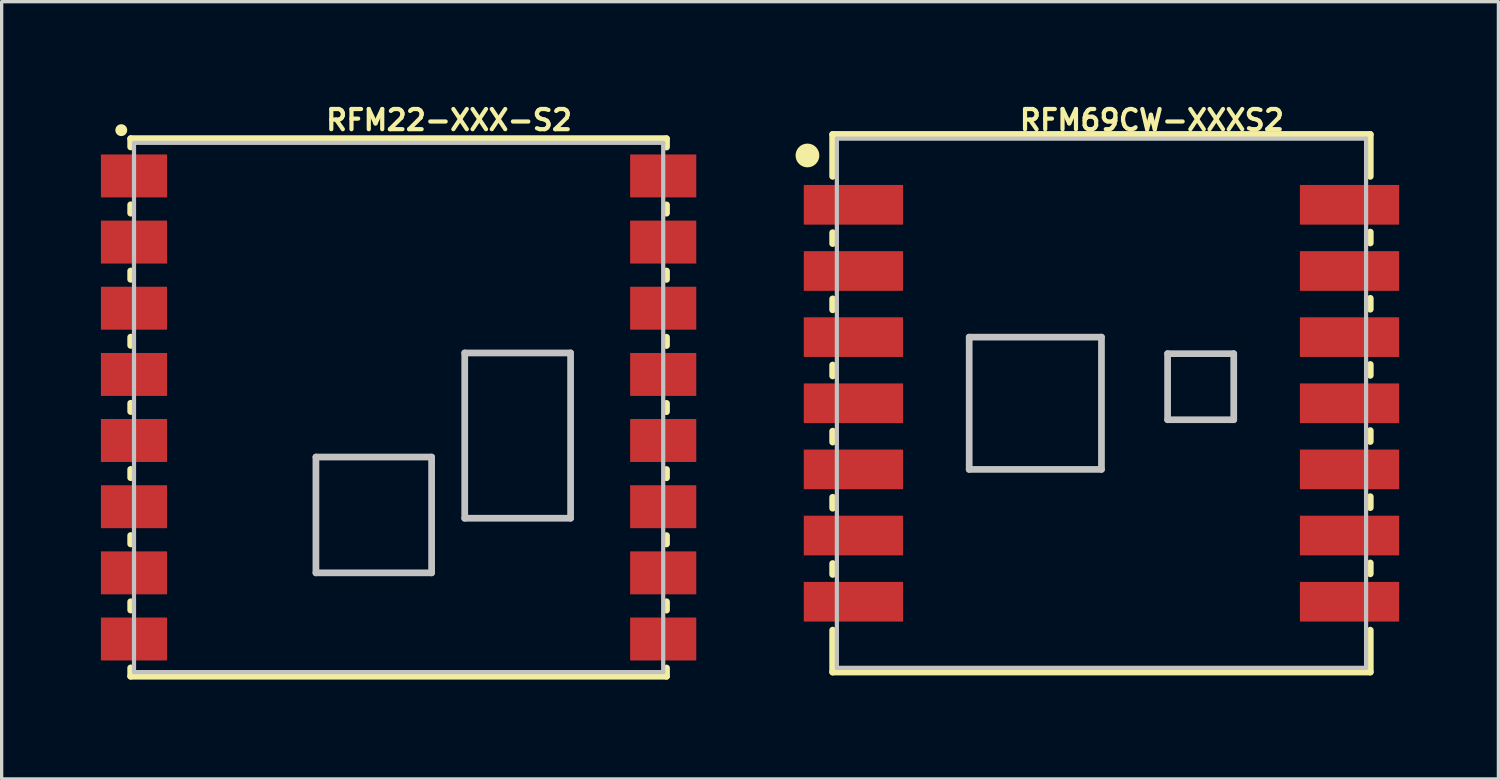
<source format=kicad_pcb>
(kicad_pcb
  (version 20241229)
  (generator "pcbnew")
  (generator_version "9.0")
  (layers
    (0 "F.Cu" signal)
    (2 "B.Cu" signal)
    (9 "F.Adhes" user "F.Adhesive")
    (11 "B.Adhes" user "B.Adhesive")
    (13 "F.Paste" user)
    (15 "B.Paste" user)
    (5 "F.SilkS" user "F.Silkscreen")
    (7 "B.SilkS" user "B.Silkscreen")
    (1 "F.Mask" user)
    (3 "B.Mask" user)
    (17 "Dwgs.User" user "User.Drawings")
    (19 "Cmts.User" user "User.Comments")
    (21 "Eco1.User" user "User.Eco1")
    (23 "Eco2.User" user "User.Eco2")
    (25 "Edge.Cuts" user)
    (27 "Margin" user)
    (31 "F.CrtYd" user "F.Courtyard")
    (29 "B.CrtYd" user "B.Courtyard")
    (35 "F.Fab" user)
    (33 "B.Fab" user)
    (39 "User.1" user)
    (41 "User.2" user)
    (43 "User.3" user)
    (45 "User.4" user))
  (footprint "RFM22-XXX-S2"
    (layer "F.Cu")
    (at 8.998 9.266)
    (property "Reference" "RFM22-XXX-S2" (at 1.524 -8.687 0) (layer "F.SilkS") (effects (font (size 0.61 0.61) (thickness 0.127))))
    (attr smd)
    (fp_line (start -8.098 -8.125) (end -8.098 -7.874) (stroke (width 0.203) (type solid)) (layer "F.SilkS"))
    (fp_line (start -8.098 -8.125) (end 8.098 -8.125) (stroke (width 0.203) (type solid)) (layer "F.SilkS"))
    (fp_line (start -8.098 -6.126) (end -8.098 -5.872) (stroke (width 0.203) (type solid)) (layer "F.SilkS"))
    (fp_line (start -8.098 -4.125) (end -8.098 -3.873) (stroke (width 0.203) (type solid)) (layer "F.SilkS"))
    (fp_line (start -8.098 -2.126) (end -8.098 -1.875) (stroke (width 0.203) (type solid)) (layer "F.SilkS"))
    (fp_line (start -8.098 -0.127) (end -8.098 0.124) (stroke (width 0.203) (type solid)) (layer "F.SilkS"))
    (fp_line (start -8.098 1.872) (end -8.098 2.123) (stroke (width 0.203) (type solid)) (layer "F.SilkS"))
    (fp_line (start -8.098 3.871) (end -8.098 4.125) (stroke (width 0.203) (type solid)) (layer "F.SilkS"))
    (fp_line (start -8.098 5.872) (end -8.098 6.124) (stroke (width 0.203) (type solid)) (layer "F.SilkS"))
    (fp_line (start -8.098 7.871) (end -8.098 8.123) (stroke (width 0.203) (type solid)) (layer "F.SilkS"))
    (fp_line (start 8.098 -7.871) (end 8.098 -8.123) (stroke (width 0.203) (type solid)) (layer "F.SilkS"))
    (fp_line (start 8.098 -5.872) (end 8.098 -6.124) (stroke (width 0.203) (type solid)) (layer "F.SilkS"))
    (fp_line (start 8.098 -3.871) (end 8.098 -4.125) (stroke (width 0.203) (type solid)) (layer "F.SilkS"))
    (fp_line (start 8.098 -1.872) (end 8.098 -2.123) (stroke (width 0.203) (type solid)) (layer "F.SilkS"))
    (fp_line (start 8.098 0.127) (end 8.098 -0.124) (stroke (width 0.203) (type solid)) (layer "F.SilkS"))
    (fp_line (start 8.098 2.126) (end 8.098 1.875) (stroke (width 0.203) (type solid)) (layer "F.SilkS"))
    (fp_line (start 8.098 4.125) (end 8.098 3.873) (stroke (width 0.203) (type solid)) (layer "F.SilkS"))
    (fp_line (start 8.098 6.126) (end 8.098 5.872) (stroke (width 0.203) (type solid)) (layer "F.SilkS"))
    (fp_line (start 8.098 8.125) (end -8.098 8.125) (stroke (width 0.203) (type solid)) (layer "F.SilkS"))
    (fp_line (start 8.098 8.125) (end 8.098 7.874) (stroke (width 0.203) (type solid)) (layer "F.SilkS"))
    (fp_circle (center -8.382 -8.382) (end -8.509 -8.509) (stroke (width 0) (type solid)) (fill yes) (layer "F.SilkS"))
    (fp_line (start -7.998 -7.998) (end -7.998 7.998) (stroke (width 0.127) (type solid)) (layer "Dwgs.User"))
    (fp_line (start -7.998 -7.998) (end 7.998 -7.998) (stroke (width 0.127) (type solid)) (layer "Dwgs.User"))
    (fp_line (start -2.499 1.499) (end 0.998 1.499) (stroke (width 0.203) (type solid)) (layer "Dwgs.User"))
    (fp_line (start -2.499 4.999) (end -2.499 1.499) (stroke (width 0.203) (type solid)) (layer "Dwgs.User"))
    (fp_line (start 0.998 1.499) (end 0.998 4.999) (stroke (width 0.203) (type solid)) (layer "Dwgs.User"))
    (fp_line (start 0.998 4.999) (end -2.499 4.999) (stroke (width 0.203) (type solid)) (layer "Dwgs.User"))
    (fp_line (start 1.999 -1.648) (end 1.999 3.348) (stroke (width 0.203) (type solid)) (layer "Dwgs.User"))
    (fp_line (start 1.999 -1.648) (end 5.199 -1.648) (stroke (width 0.203) (type solid)) (layer "Dwgs.User"))
    (fp_line (start 1.999 3.348) (end 5.199 3.348) (stroke (width 0.203) (type solid)) (layer "Dwgs.User"))
    (fp_line (start 5.199 -1.648) (end 5.199 3.348) (stroke (width 0.203) (type solid)) (layer "Dwgs.User"))
    (fp_line (start 7.998 7.998) (end -7.998 7.998) (stroke (width 0.127) (type solid)) (layer "Dwgs.User"))
    (fp_line (start 7.998 7.998) (end 7.998 -7.998) (stroke (width 0.127) (type solid)) (layer "Dwgs.User"))
    (pad "1" smd rect (at -7.998 -6.998 90) (size 1.298 1.999) (layers "F.Cu" "F.Mask" "F.Paste"))
    (pad "2" smd rect (at -7.998 -4.999 90) (size 1.298 1.999) (layers "F.Cu" "F.Mask" "F.Paste"))
    (pad "3" smd rect (at -7.998 -3 90) (size 1.298 1.999) (layers "F.Cu" "F.Mask" "F.Paste"))
    (pad "4" smd rect (at -7.998 -0.998 90) (size 1.298 1.999) (layers "F.Cu" "F.Mask" "F.Paste"))
    (pad "5" smd rect (at -7.998 0.998 90) (size 1.298 1.999) (layers "F.Cu" "F.Mask" "F.Paste"))
    (pad "6" smd rect (at -7.998 3 90) (size 1.298 1.999) (layers "F.Cu" "F.Mask" "F.Paste"))
    (pad "7" smd rect (at -7.998 4.999 90) (size 1.298 1.999) (layers "F.Cu" "F.Mask" "F.Paste"))
    (pad "8" smd rect (at -7.998 6.998 90) (size 1.298 1.999) (layers "F.Cu" "F.Mask" "F.Paste"))
    (pad "9" smd rect (at 7.998 6.998 90) (size 1.298 1.999) (layers "F.Cu" "F.Mask" "F.Paste"))
    (pad "10" smd rect (at 7.998 4.999 90) (size 1.298 1.999) (layers "F.Cu" "F.Mask" "F.Paste"))
    (pad "11" smd rect (at 7.998 3 90) (size 1.298 1.999) (layers "F.Cu" "F.Mask" "F.Paste"))
    (pad "12" smd rect (at 7.998 0.998 90) (size 1.298 1.999) (layers "F.Cu" "F.Mask" "F.Paste"))
    (pad "13" smd rect (at 7.998 -0.998 90) (size 1.298 1.999) (layers "F.Cu" "F.Mask" "F.Paste"))
    (pad "14" smd rect (at 7.998 -3 90) (size 1.298 1.999) (layers "F.Cu" "F.Mask" "F.Paste"))
    (pad "15" smd rect (at 7.998 -4.999 90) (size 1.298 1.999) (layers "F.Cu" "F.Mask" "F.Paste"))
    (pad "16" smd rect (at 7.998 -6.998 90) (size 1.298 1.999) (layers "F.Cu" "F.Mask" "F.Paste")))
  (footprint "RFM69CW-XXXS2"
    (layer "F.Cu")
    (at 30.243 9.139)
    (property "Reference" "RFM69CW-XXXS2" (at 1.524 -8.56 0) (layer "F.SilkS") (effects (font (size 0.61 0.61) (thickness 0.127))))
    (attr smd)
    (fp_line (start -8.125 -8.125) (end 8.125 -8.125) (stroke (width 0.203) (type solid)) (layer "F.SilkS"))
    (fp_line (start -8.125 -6.858) (end -8.125 -8.125) (stroke (width 0.203) (type solid)) (layer "F.SilkS"))
    (fp_line (start -8.125 -4.826) (end -8.125 -5.156) (stroke (width 0.203) (type solid)) (layer "F.SilkS"))
    (fp_line (start -8.125 -2.824) (end -8.125 -3.155) (stroke (width 0.203) (type solid)) (layer "F.SilkS"))
    (fp_line (start -8.125 -0.826) (end -8.125 -1.156) (stroke (width 0.203) (type solid)) (layer "F.SilkS"))
    (fp_line (start -8.125 1.173) (end -8.125 0.843) (stroke (width 0.203) (type solid)) (layer "F.SilkS"))
    (fp_line (start -8.125 3.172) (end -8.125 2.842) (stroke (width 0.203) (type solid)) (layer "F.SilkS"))
    (fp_line (start -8.125 5.174) (end -8.125 4.844) (stroke (width 0.203) (type solid)) (layer "F.SilkS"))
    (fp_line (start -8.125 8.125) (end -8.125 6.858) (stroke (width 0.203) (type solid)) (layer "F.SilkS"))
    (fp_line (start 8.125 -8.125) (end 8.125 -6.858) (stroke (width 0.203) (type solid)) (layer "F.SilkS"))
    (fp_line (start 8.125 -5.174) (end 8.125 -4.844) (stroke (width 0.203) (type solid)) (layer "F.SilkS"))
    (fp_line (start 8.125 -3.172) (end 8.125 -2.842) (stroke (width 0.203) (type solid)) (layer "F.SilkS"))
    (fp_line (start 8.125 -1.173) (end 8.125 -0.843) (stroke (width 0.203) (type solid)) (layer "F.SilkS"))
    (fp_line (start 8.125 0.826) (end 8.125 1.156) (stroke (width 0.203) (type solid)) (layer "F.SilkS"))
    (fp_line (start 8.125 2.824) (end 8.125 3.155) (stroke (width 0.203) (type solid)) (layer "F.SilkS"))
    (fp_line (start 8.125 4.826) (end 8.125 5.156) (stroke (width 0.203) (type solid)) (layer "F.SilkS"))
    (fp_line (start 8.125 6.858) (end 8.125 8.125) (stroke (width 0.203) (type solid)) (layer "F.SilkS"))
    (fp_line (start 8.125 8.125) (end -8.125 8.125) (stroke (width 0.203) (type solid)) (layer "F.SilkS"))
    (fp_circle (center -8.887 -7.49) (end -9.141 -7.744) (stroke (width 0) (type solid)) (fill yes) (layer "F.SilkS"))
    (fp_line (start -7.998 -7.998) (end -7.998 7.998) (stroke (width 0.127) (type solid)) (layer "Dwgs.User"))
    (fp_line (start -7.998 7.998) (end 7.998 7.998) (stroke (width 0.127) (type solid)) (layer "Dwgs.User"))
    (fp_line (start -3.998 -1.999) (end -3.998 1.999) (stroke (width 0.203) (type solid)) (layer "Dwgs.User"))
    (fp_line (start -3.998 1.999) (end 0 1.999) (stroke (width 0.203) (type solid)) (layer "Dwgs.User"))
    (fp_line (start 0 -1.999) (end -3.998 -1.999) (stroke (width 0.203) (type solid)) (layer "Dwgs.User"))
    (fp_line (start 0 1.999) (end 0 -1.999) (stroke (width 0.203) (type solid)) (layer "Dwgs.User"))
    (fp_line (start 1.999 0.498) (end 1.999 -1.499) (stroke (width 0.203) (type solid)) (layer "Dwgs.User"))
    (fp_line (start 3.998 -1.499) (end 1.999 -1.499) (stroke (width 0.203) (type solid)) (layer "Dwgs.User"))
    (fp_line (start 3.998 0.498) (end 1.999 0.498) (stroke (width 0.203) (type solid)) (layer "Dwgs.User"))
    (fp_line (start 3.998 0.498) (end 3.998 -1.499) (stroke (width 0.203) (type solid)) (layer "Dwgs.User"))
    (fp_line (start 7.998 -7.998) (end -7.998 -7.998) (stroke (width 0.127) (type solid)) (layer "Dwgs.User"))
    (fp_line (start 7.998 7.998) (end 7.998 -7.998) (stroke (width 0.127) (type solid)) (layer "Dwgs.User"))
    (pad "1" smd rect (at -7.498 -5.999) (size 3 1.199) (layers "F.Cu" "F.Mask" "F.Paste"))
    (pad "2" smd rect (at -7.498 -3.998) (size 3 1.199) (layers "F.Cu" "F.Mask" "F.Paste"))
    (pad "3" smd rect (at -7.498 -1.999) (size 3 1.199) (layers "F.Cu" "F.Mask" "F.Paste"))
    (pad "4" smd rect (at -7.498 0) (size 3 1.199) (layers "F.Cu" "F.Mask" "F.Paste"))
    (pad "5" smd rect (at -7.498 1.999) (size 3 1.199) (layers "F.Cu" "F.Mask" "F.Paste"))
    (pad "6" smd rect (at -7.498 3.998) (size 3 1.199) (layers "F.Cu" "F.Mask" "F.Paste"))
    (pad "7" smd rect (at -7.498 5.999) (size 3 1.199) (layers "F.Cu" "F.Mask" "F.Paste"))
    (pad "8" smd rect (at 7.498 5.999) (size 3 1.199) (layers "F.Cu" "F.Mask" "F.Paste"))
    (pad "9" smd rect (at 7.498 3.998) (size 3 1.199) (layers "F.Cu" "F.Mask" "F.Paste"))
    (pad "10" smd rect (at 7.498 1.999) (size 3 1.199) (layers "F.Cu" "F.Mask" "F.Paste"))
    (pad "11" smd rect (at 7.498 0) (size 3 1.199) (layers "F.Cu" "F.Mask" "F.Paste"))
    (pad "12" smd rect (at 7.498 -1.999) (size 3 1.199) (layers "F.Cu" "F.Mask" "F.Paste"))
    (pad "13" smd rect (at 7.498 -3.998) (size 3 1.199) (layers "F.Cu" "F.Mask" "F.Paste"))
    (pad "14" smd rect (at 7.498 -5.999) (size 3 1.199) (layers "F.Cu" "F.Mask" "F.Paste")))
  (gr_rect
    (start -3 -3)
    (end 42.241 20.493)
    (stroke (width 0.1) (type default))
    (fill no)
    (layer "Edge.Cuts")))
</source>
